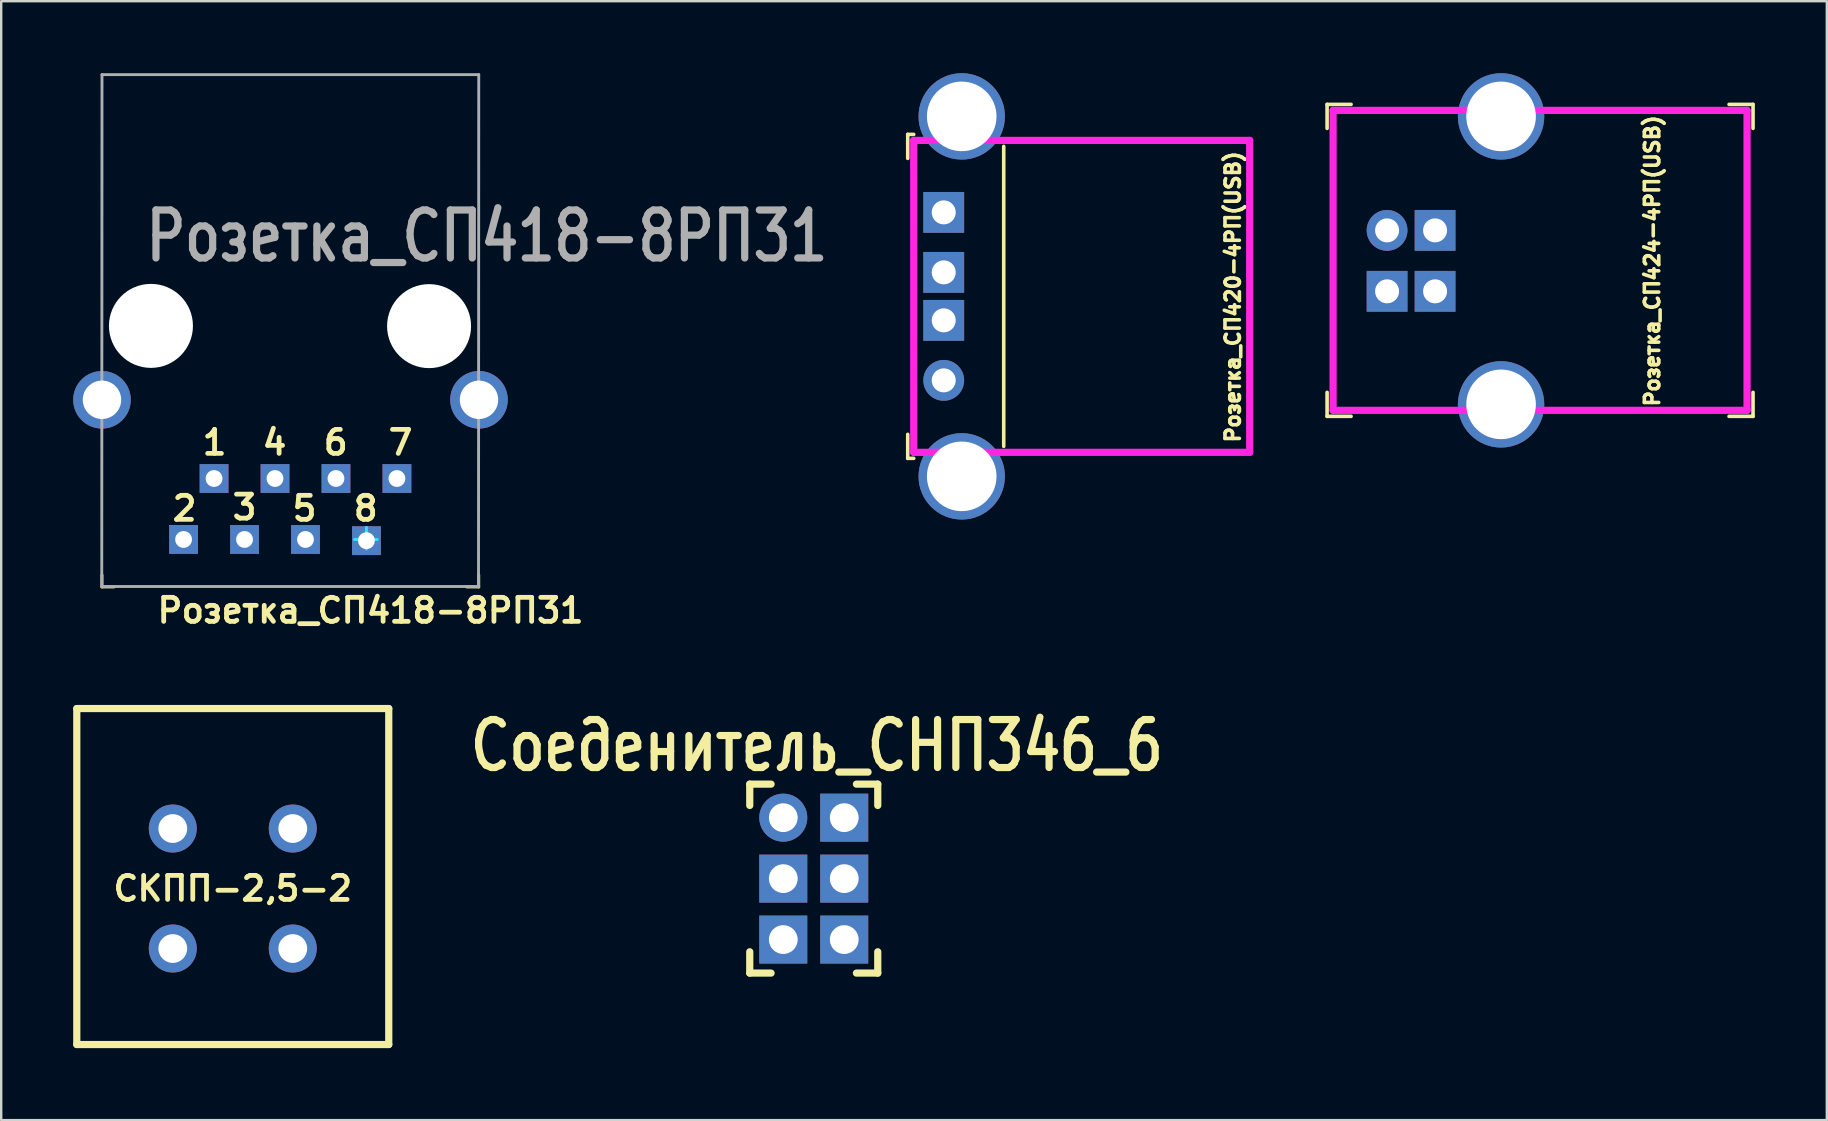
<source format=kicad_pcb>
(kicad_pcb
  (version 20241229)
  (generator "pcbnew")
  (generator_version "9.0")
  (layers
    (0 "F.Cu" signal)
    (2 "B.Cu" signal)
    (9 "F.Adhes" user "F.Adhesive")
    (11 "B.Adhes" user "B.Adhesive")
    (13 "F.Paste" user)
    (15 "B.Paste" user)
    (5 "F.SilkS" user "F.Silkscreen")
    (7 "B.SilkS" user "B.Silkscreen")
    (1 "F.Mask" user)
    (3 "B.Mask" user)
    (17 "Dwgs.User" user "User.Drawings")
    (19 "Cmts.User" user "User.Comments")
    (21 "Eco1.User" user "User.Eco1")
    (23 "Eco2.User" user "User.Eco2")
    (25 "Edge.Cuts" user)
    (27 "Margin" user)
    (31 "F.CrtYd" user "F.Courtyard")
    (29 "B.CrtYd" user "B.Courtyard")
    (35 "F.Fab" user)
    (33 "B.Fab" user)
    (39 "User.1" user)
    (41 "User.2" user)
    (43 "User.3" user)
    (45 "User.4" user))
  (footprint "Розетка_СП420-4РП(USB)"
    (layer "F.Cu")
    (at 36.276 12.8)
    (property "Reference" "Розетка_СП420-4РП(USB)" (at 12.05 -3.48 90) (layer "F.SilkS") (effects (font (size 0.6 0.6) (thickness 0.15))))
    (attr through_hole)
    (fp_line (start -1.5 -10.25) (end -1.5 -9.25) (stroke (width 0.15) (type solid)) (layer "F.SilkS"))
    (fp_line (start -1.5 -10.25) (end -1.25 -10.25) (stroke (width 0.15) (type solid)) (layer "F.SilkS"))
    (fp_line (start -1.5 3.25) (end -1.5 2.25) (stroke (width 0.15) (type solid)) (layer "F.SilkS"))
    (fp_line (start -1.5 3.25) (end -1.25 3.25) (stroke (width 0.15) (type solid)) (layer "F.SilkS"))
    (fp_line (start 2.5 2.75) (end 2.5 -9.75) (stroke (width 0.15) (type solid)) (layer "F.SilkS"))
    (fp_line (start -1.25 -10) (end 12.75 -10) (stroke (width 0.3) (type solid)) (layer "F.CrtYd"))
    (fp_line (start -1.25 3) (end -1.25 -10) (stroke (width 0.3) (type solid)) (layer "F.CrtYd"))
    (fp_line (start 12.75 -10) (end 12.75 3) (stroke (width 0.3) (type solid)) (layer "F.CrtYd"))
    (fp_line (start 12.75 3) (end -1.25 3) (stroke (width 0.3) (type solid)) (layer "F.CrtYd"))
    (pad "1" thru_hole circle (at 0 0 270) (size 1.7 1.7) (drill 1) (layers "*.Cu" "*.Mask"))
    (pad "2" thru_hole rect (at 0 -2.5 270) (size 1.7 1.7) (drill 1) (layers "*.Cu" "*.Mask"))
    (pad "3" thru_hole rect (at 0 -4.5 270) (size 1.7 1.7) (drill 1) (layers "*.Cu" "*.Mask"))
    (pad "4" thru_hole rect (at 0 -7 270) (size 1.7 1.7) (drill 1) (layers "*.Cu" "*.Mask"))
    (pad "5" thru_hole circle (at 0.75 -11 270) (size 3.6 3.6) (drill 2.9) (layers "*.Cu" "*.Mask"))
    (pad "5" thru_hole circle (at 0.75 4 270) (size 3.6 3.6) (drill 2.9) (layers "*.Cu" "*.Mask")))
  (footprint "СКПП-2,5-2"
    (layer "F.Cu")
    (at 4.15 36.476)
    (property "Reference" "СКПП-2,5-2" (at 2.5 -2.5 0) (layer "F.SilkS") (effects (font (size 1 1) (thickness 0.2))))
    (attr through_hole)
    (fp_line (start -4 -10) (end -4 4) (stroke (width 0.3) (type solid)) (layer "F.SilkS"))
    (fp_line (start -4 -10) (end 9 -10) (stroke (width 0.3) (type solid)) (layer "F.SilkS"))
    (fp_line (start -4 4) (end 9 4) (stroke (width 0.3) (type solid)) (layer "F.SilkS"))
    (fp_line (start 9 4) (end 9 -10) (stroke (width 0.3) (type solid)) (layer "F.SilkS"))
    (pad "1" thru_hole circle (at 0 -5) (size 2 2) (drill 1.2) (layers "*.Cu" "*.Mask"))
    (pad "1" thru_hole circle (at 0 0) (size 2 2) (drill 1.2) (layers "*.Cu" "*.Mask"))
    (pad "2" thru_hole circle (at 5 -5) (size 2 2) (drill 1.2) (layers "*.Cu" "*.Mask"))
    (pad "2" thru_hole circle (at 5 0) (size 2 2) (drill 1.2) (layers "*.Cu" "*.Mask")))
  (footprint "Розетка_СП424-4РП(USB)"
    (layer "F.Cu")
    (at 54.751 6.55)
    (property "Reference" "Розетка_СП424-4РП(USB)" (at 11.05 1.27 90) (layer "F.SilkS") (effects (font (size 0.6 0.6) (thickness 0.15))))
    (attr through_hole)
    (fp_line (start -2.5 -5.25) (end -2.5 -4.25) (stroke (width 0.15) (type solid)) (layer "F.SilkS"))
    (fp_line (start -2.5 -5.25) (end -1.5 -5.25) (stroke (width 0.15) (type solid)) (layer "F.SilkS"))
    (fp_line (start -2.5 7.75) (end -2.5 6.75) (stroke (width 0.15) (type solid)) (layer "F.SilkS"))
    (fp_line (start -2.5 7.75) (end -1.5 7.75) (stroke (width 0.15) (type solid)) (layer "F.SilkS"))
    (fp_line (start 15.25 -5.25) (end 14.25 -5.25) (stroke (width 0.15) (type solid)) (layer "F.SilkS"))
    (fp_line (start 15.25 -5.25) (end 15.25 -4.25) (stroke (width 0.15) (type solid)) (layer "F.SilkS"))
    (fp_line (start 15.25 7.75) (end 14.25 7.75) (stroke (width 0.15) (type solid)) (layer "F.SilkS"))
    (fp_line (start 15.25 7.75) (end 15.25 6.75) (stroke (width 0.15) (type solid)) (layer "F.SilkS"))
    (fp_line (start -2.25 -5) (end 15 -5) (stroke (width 0.3) (type solid)) (layer "F.CrtYd"))
    (fp_line (start -2.25 7.5) (end -2.25 -5) (stroke (width 0.3) (type solid)) (layer "F.CrtYd"))
    (fp_line (start 15 -5) (end 15 7.5) (stroke (width 0.3) (type solid)) (layer "F.CrtYd"))
    (fp_line (start 15 7.5) (end -2.25 7.5) (stroke (width 0.3) (type solid)) (layer "F.CrtYd"))
    (pad "1" thru_hole circle (at 0 0 270) (size 1.7 1.7) (drill 1) (layers "*.Cu" "*.Mask"))
    (pad "2" thru_hole rect (at 0 2.54 270) (size 1.7 1.7) (drill 1) (layers "*.Cu" "*.Mask"))
    (pad "3" thru_hole rect (at 2 2.54 270) (size 1.7 1.7) (drill 1) (layers "*.Cu" "*.Mask"))
    (pad "4" thru_hole rect (at 2 0 270) (size 1.7 1.7) (drill 1) (layers "*.Cu" "*.Mask"))
    (pad "5" thru_hole circle (at 4.75 -4.75 270) (size 3.6 3.6) (drill 2.9) (layers "*.Cu" "*.Mask"))
    (pad "5" thru_hole circle (at 4.75 7.25 270) (size 3.6 3.6) (drill 2.9) (layers "*.Cu" "*.Mask")))
  (footprint "Розетка_СП418-8РП31"
    (layer "F.Cu")
    (at 5.89 16.89)
    (property "Reference" "Розетка_СП418-8РП31" (at 6.5 5.5 180) (layer "F.SilkS") (effects (font (size 1 1) (thickness 0.2))))
    (attr through_hole)
    (fp_line (start -4.69 4.52) (end -4.69 4.02) (stroke (width 0.12) (type solid)) (layer "F.SilkS"))
    (fp_line (start -4.69 4.52) (end -4.19 4.52) (stroke (width 0.12) (type solid)) (layer "F.SilkS"))
    (fp_line (start 11.01 4.52) (end 10.51 4.52) (stroke (width 0.12) (type solid)) (layer "F.SilkS"))
    (fp_line (start 11.01 4.52) (end 11.01 4.02) (stroke (width 0.12) (type solid)) (layer "F.SilkS"))
    (fp_line (start 6.33 2.54) (end 5.83 2.54) (stroke (width 0.12) (type solid)) (layer "B.CrtYd"))
    (fp_line (start 6.33 2.54) (end 6.33 2.04) (stroke (width 0.12) (type solid)) (layer "B.CrtYd"))
    (fp_line (start 6.33 2.54) (end 6.33 2.94) (stroke (width 0.12) (type solid)) (layer "B.CrtYd"))
    (fp_line (start 6.33 2.54) (end 6.78 2.54) (stroke (width 0.12) (type solid)) (layer "B.CrtYd"))
    (fp_line (start -4.7 4.5) (end 11 4.5) (stroke (width 0.12) (type solid)) (layer "F.Fab"))
    (fp_line (start -4.69 -16.83) (end -4.7 4.5) (stroke (width 0.12) (type solid)) (layer "F.Fab"))
    (fp_line (start -4.69 -16.83) (end 11.01 -16.83) (stroke (width 0.12) (type solid)) (layer "F.Fab"))
    (fp_line (start 11 4.5) (end 11.01 -16.83) (stroke (width 0.12) (type solid)) (layer "F.Fab"))
    (fp_text user "5" (at 3.75 1.25 180) (layer "F.SilkS") (effects (font (size 1 1) (thickness 0.2))))
    (fp_text user "3" (at 1.25 1.2 180) (layer "F.SilkS") (effects (font (size 1 1) (thickness 0.2))))
    (fp_text user "2" (at -1.25 1.25 180) (layer "F.SilkS") (effects (font (size 1 1) (thickness 0.2))))
    (fp_text user "6" (at 5.05 -1.5 180) (layer "F.SilkS") (effects (font (size 1 1) (thickness 0.2))))
    (fp_text user "4" (at 2.5 -1.5 180) (layer "F.SilkS") (effects (font (size 1 1) (thickness 0.2))))
    (fp_text user "1" (at 0 -1.5 180) (layer "F.SilkS") (effects (font (size 1 1) (thickness 0.2))))
    (fp_text user "7" (at 7.75 -1.5 180) (layer "F.SilkS") (effects (font (size 1 1) (thickness 0.2))))
    (fp_text user "8" (at 6.3 1.25 180) (layer "F.SilkS") (effects (font (size 1 1) (thickness 0.2))))
    (fp_text user "${REFERENCE}" (at 11.35 -10.1 180) (layer "F.Fab") (effects (font (size 2 1.6) (thickness 0.3))))
    (pad "" np_thru_hole circle (at -2.65 -6.36) (size 3.5 3.5) (drill 3.5) (layers "*.Cu" "*.Mask"))
    (pad "" np_thru_hole circle (at 8.94 -6.35) (size 3.5 3.5) (drill 3.5) (layers "*.Cu" "*.Mask"))
    (pad "1" thru_hole rect (at -0.02 0) (size 1.2 1.2) (drill 0.7) (layers "*.Cu" "*.Mask"))
    (pad "2" thru_hole rect (at -1.29 2.54) (size 1.2 1.2) (drill 0.7) (layers "*.Cu" "*.Mask"))
    (pad "3" thru_hole rect (at 1.25 2.54) (size 1.2 1.2) (drill 0.7) (layers "*.Cu" "*.Mask"))
    (pad "4" thru_hole rect (at 2.52 0) (size 1.2 1.2) (drill 0.7) (layers "*.Cu" "*.Mask"))
    (pad "5" thru_hole rect (at 3.79 2.54) (size 1.2 1.2) (drill 0.7) (layers "*.Cu" "*.Mask"))
    (pad "6" thru_hole rect (at 5.06 0) (size 1.2 1.2) (drill 0.7) (layers "*.Cu" "*.Mask"))
    (pad "7" thru_hole rect (at 7.6 0 90) (size 1.2 1.2) (drill 0.7) (layers "*.Cu" "*.Mask"))
    (pad "8" thru_hole rect (at 6.33 2.59) (size 1.2 1.2) (drill 0.7) (layers "*.Cu" "*.Mask"))
    (pad "SH" thru_hole circle (at -4.69 -3.28) (size 2.4 2.4) (drill 1.6) (layers "*.Cu" "*.Mask"))
    (pad "SH" thru_hole circle (at 11.02 -3.28) (size 2.4 2.4) (drill 1.6) (layers "*.Cu" "*.Mask")))
  (footprint "Соеденитель_СНП346_6"
    (layer "F.Cu")
    (at 29.59 31.023)
    (property "Reference" "Соеденитель_СНП346_6" (at 1.4 -3 0) (layer "F.SilkS") (effects (font (size 2 1.6) (thickness 0.3))))
    (attr through_hole)
    (fp_line (start -1.397 -1.397) (end -1.397 -0.508) (stroke (width 0.3) (type solid)) (layer "F.SilkS"))
    (fp_line (start -1.397 -1.397) (end -0.508 -1.397) (stroke (width 0.3) (type solid)) (layer "F.SilkS"))
    (fp_line (start -1.397 6.477) (end -1.397 5.588) (stroke (width 0.3) (type solid)) (layer "F.SilkS"))
    (fp_line (start -1.397 6.477) (end -0.508 6.477) (stroke (width 0.3) (type solid)) (layer "F.SilkS"))
    (fp_line (start 3.937 -1.397) (end 3.048 -1.397) (stroke (width 0.3) (type solid)) (layer "F.SilkS"))
    (fp_line (start 3.937 -1.397) (end 3.937 -0.508) (stroke (width 0.3) (type solid)) (layer "F.SilkS"))
    (fp_line (start 3.937 6.477) (end 3.048 6.477) (stroke (width 0.3) (type solid)) (layer "F.SilkS"))
    (fp_line (start 3.937 6.477) (end 3.937 5.588) (stroke (width 0.3) (type solid)) (layer "F.SilkS"))
    (pad "1" thru_hole circle (at 0 0) (size 2 2) (drill 1.2) (layers "*.Cu" "*.Mask"))
    (pad "2" thru_hole rect (at 2.54 0) (size 2 2) (drill 1.2) (layers "*.Cu" "*.Mask"))
    (pad "3" thru_hole rect (at 0 2.54) (size 2 2) (drill 1.2) (layers "*.Cu" "*.Mask"))
    (pad "4" thru_hole rect (at 2.54 2.54) (size 2 2) (drill 1.2) (layers "*.Cu" "*.Mask"))
    (pad "5" thru_hole rect (at 0 5.08) (size 2 2) (drill 1.2) (layers "*.Cu" "*.Mask"))
    (pad "6" thru_hole rect (at 2.54 5.08) (size 2 2) (drill 1.2) (layers "*.Cu" "*.Mask")))
  (gr_rect
    (start -3 -3)
    (end 73.076 43.626)
    (stroke (width 0.1) (type default))
    (fill no)
    (layer "Edge.Cuts")))
</source>
